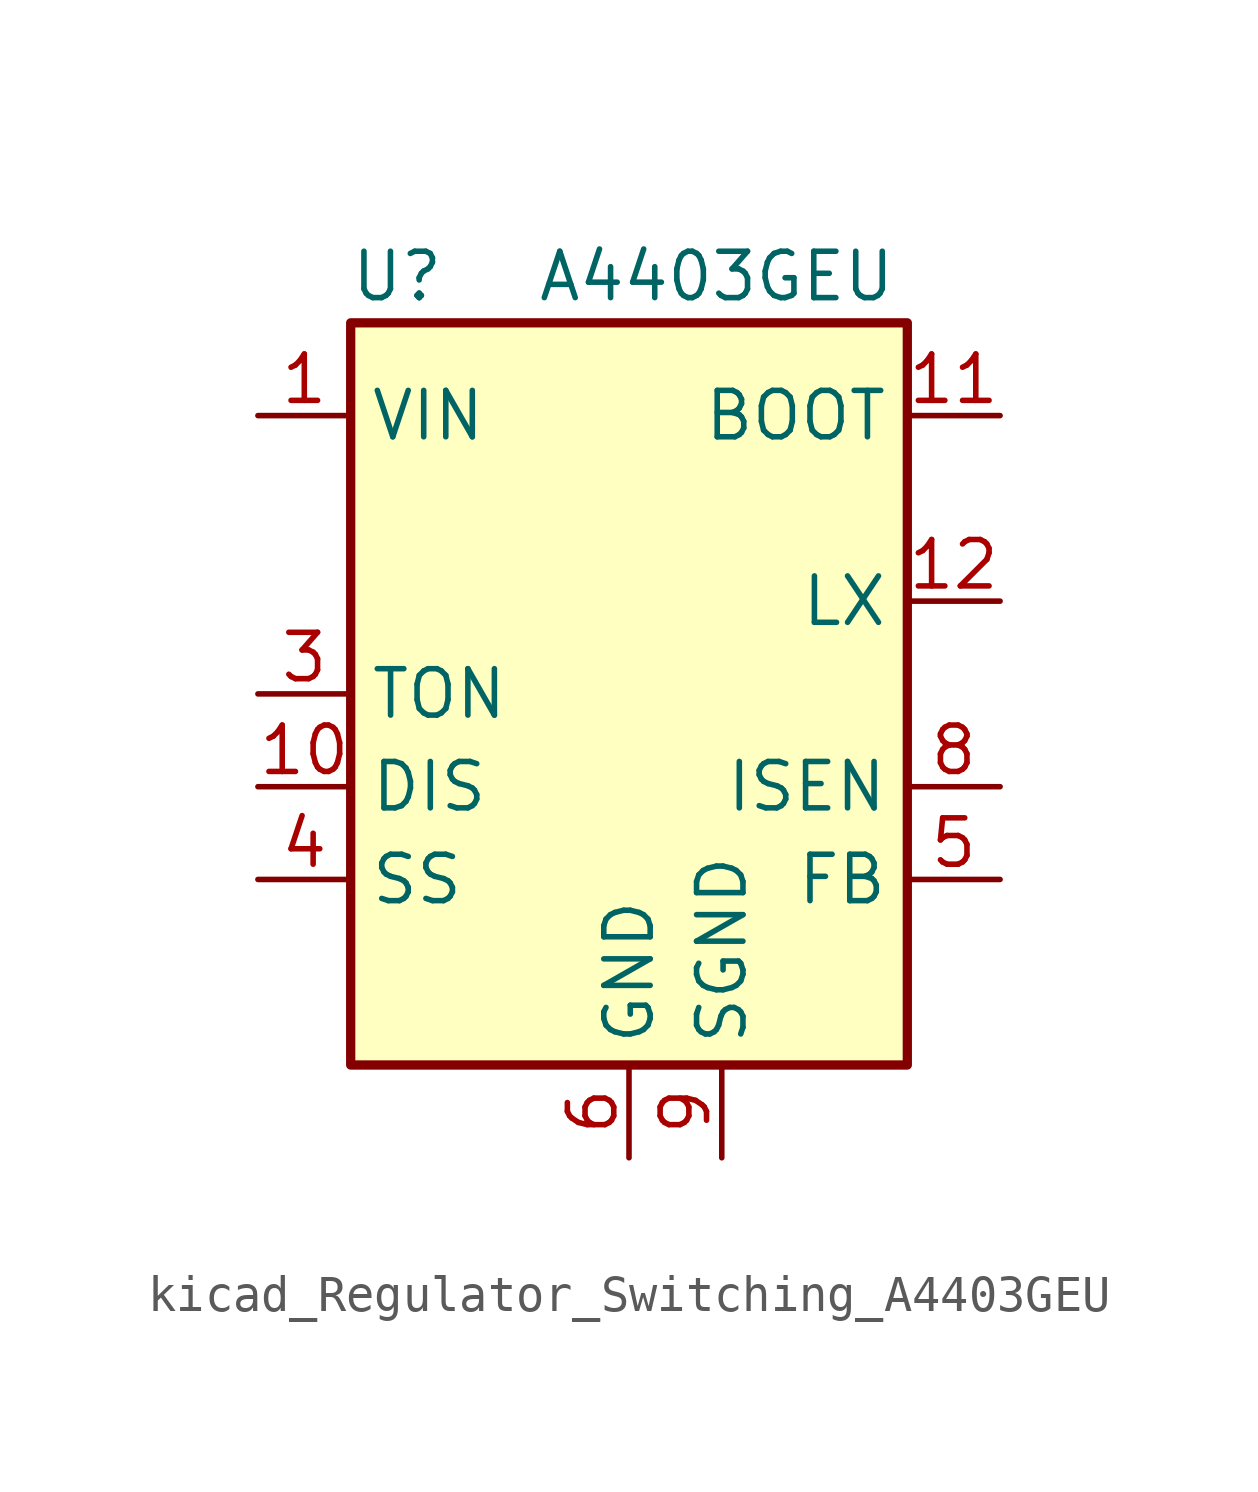
<source format=kicad_sym>
(kicad_symbol_lib
  (version 20220914)
  (generator kicad_symbol_editor)
  (symbol "kicad_Regulator_Switching_A4403GEU"
    (property "Reference" "U"
      (at -6.35 11.43 0)
      (effects (font (size 1.27 1.27))))
    (property "Value" "A4403GEU"
      (at -2.54 11.43 0)
      (effects (font (size 1.27 1.27)) (justify left)))
    (symbol "kicad_Regulator_Switching_A4403GEU_0_1"
      (rectangle (start -7.62 10.16) (end 7.62 -10.16) (stroke (width 0.254) (type default)) (fill (type background))))
    (symbol "kicad_Regulator_Switching_A4403GEU_1_1"
      (pin power_in line (at -10.16 7.62 0) (length 2.54) (name "VIN" (effects (font (size 1.27 1.27)))) (number "1" (effects (font (size 1.27 1.27)))))
      (pin input line (at -10.16 -2.54 0) (length 2.54) (name "DIS" (effects (font (size 1.27 1.27)))) (number "10" (effects (font (size 1.27 1.27)))))
      (pin passive line (at 10.16 7.62 180) (length 2.54) (name "BOOT" (effects (font (size 1.27 1.27)))) (number "11" (effects (font (size 1.27 1.27)))))
      (pin passive line (at 10.16 2.54 180) (length 2.54) (name "LX" (effects (font (size 1.27 1.27)))) (number "12" (effects (font (size 1.27 1.27)))))
      (pin passive line (at 0 -12.7 90) (length 2.54) hide (name "GND" (effects (font (size 1.27 1.27)))) (number "13" (effects (font (size 1.27 1.27)))))
      (pin passive line (at 0 -12.7 90) (length 2.54) hide (name "GND" (effects (font (size 1.27 1.27)))) (number "14" (effects (font (size 1.27 1.27)))))
      (pin passive line (at 0 -12.7 90) (length 2.54) hide (name "GND" (effects (font (size 1.27 1.27)))) (number "15" (effects (font (size 1.27 1.27)))))
      (pin passive line (at 0 -12.7 90) (length 2.54) hide (name "GND" (effects (font (size 1.27 1.27)))) (number "16" (effects (font (size 1.27 1.27)))))
      (pin passive line (at 0 -12.7 90) (length 2.54) hide (name "GND" (effects (font (size 1.27 1.27)))) (number "17" (effects (font (size 1.27 1.27)))))
      (pin passive line (at 0 -12.7 90) (length 2.54) hide (name "GND" (effects (font (size 1.27 1.27)))) (number "2" (effects (font (size 1.27 1.27)))))
      (pin passive line (at -10.16 0 0) (length 2.54) (name "TON" (effects (font (size 1.27 1.27)))) (number "3" (effects (font (size 1.27 1.27)))))
      (pin passive line (at -10.16 -5.08 0) (length 2.54) (name "SS" (effects (font (size 1.27 1.27)))) (number "4" (effects (font (size 1.27 1.27)))))
      (pin passive line (at 10.16 -5.08 180) (length 2.54) (name "FB" (effects (font (size 1.27 1.27)))) (number "5" (effects (font (size 1.27 1.27)))))
      (pin power_in line (at 0 -12.7 90) (length 2.54) (name "GND" (effects (font (size 1.27 1.27)))) (number "6" (effects (font (size 1.27 1.27)))))
      (pin passive line (at 0 -12.7 90) (length 2.54) hide (name "GND" (effects (font (size 1.27 1.27)))) (number "7" (effects (font (size 1.27 1.27)))))
      (pin passive line (at 10.16 -2.54 180) (length 2.54) (name "ISEN" (effects (font (size 1.27 1.27)))) (number "8" (effects (font (size 1.27 1.27)))))
      (pin passive line (at 2.54 -12.7 90) (length 2.54) (name "SGND" (effects (font (size 1.27 1.27)))) (number "9" (effects (font (size 1.27 1.27))))))))
</source>
